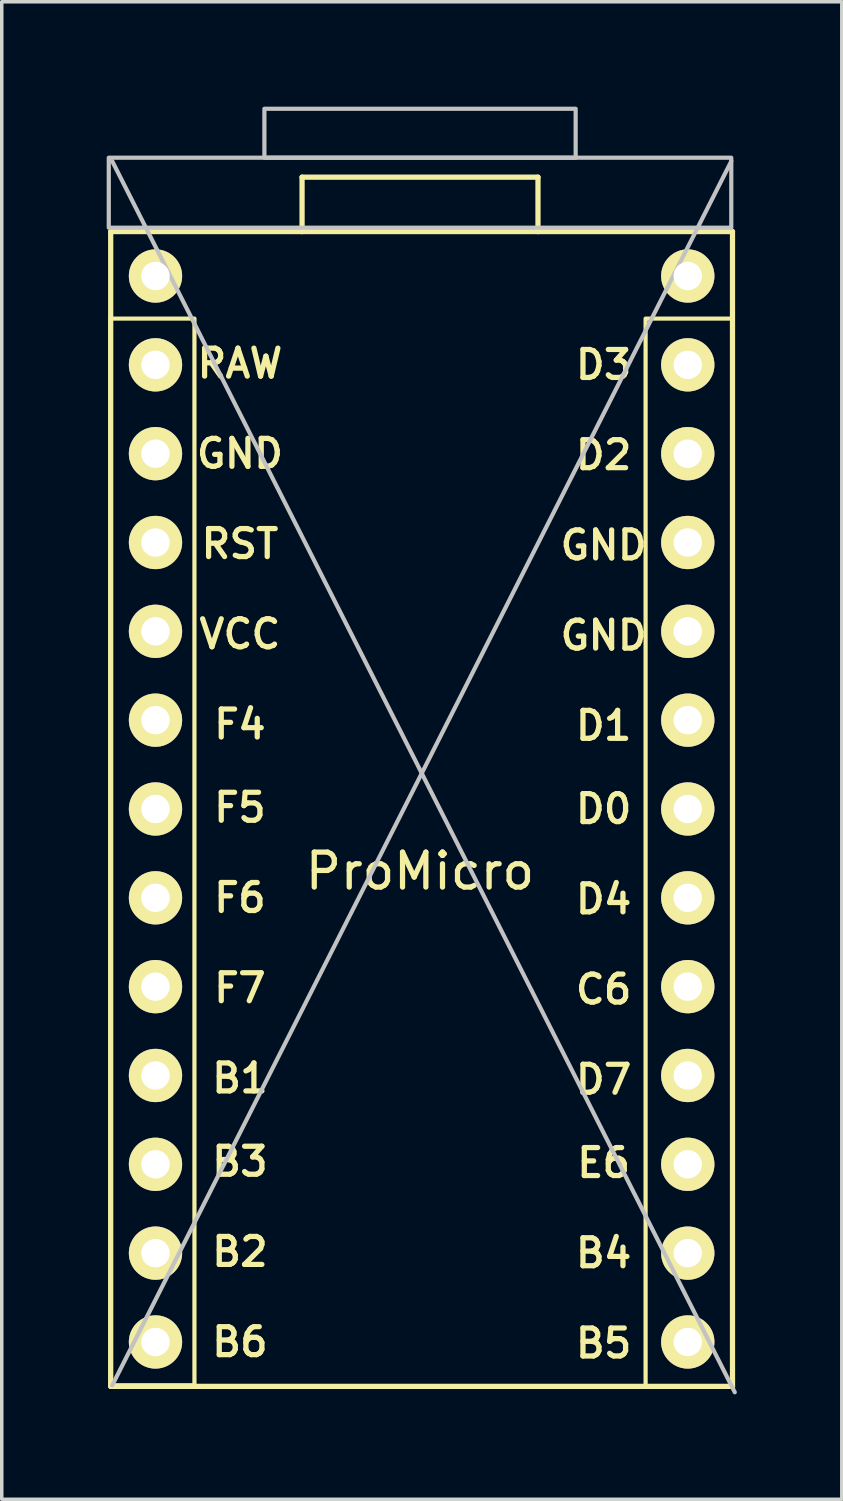
<source format=kicad_pcb>
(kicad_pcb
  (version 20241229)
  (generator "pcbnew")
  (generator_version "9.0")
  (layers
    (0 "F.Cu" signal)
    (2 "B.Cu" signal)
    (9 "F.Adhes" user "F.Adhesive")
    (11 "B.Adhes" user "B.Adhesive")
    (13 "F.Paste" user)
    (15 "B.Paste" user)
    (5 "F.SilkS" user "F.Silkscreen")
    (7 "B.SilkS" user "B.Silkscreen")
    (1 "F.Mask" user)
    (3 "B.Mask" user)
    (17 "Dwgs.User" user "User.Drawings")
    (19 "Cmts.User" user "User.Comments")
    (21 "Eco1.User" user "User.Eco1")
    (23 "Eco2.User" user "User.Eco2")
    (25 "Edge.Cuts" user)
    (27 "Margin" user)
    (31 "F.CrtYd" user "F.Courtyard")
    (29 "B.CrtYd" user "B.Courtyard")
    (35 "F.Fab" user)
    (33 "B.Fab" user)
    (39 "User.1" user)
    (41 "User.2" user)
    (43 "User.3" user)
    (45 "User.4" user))
  (footprint "ProMicro"
    (layer "F.Cu")
    (at 9.01 18.96)
    (property "Reference" "ProMicro" (at -0.05 2.9 0) (layer "F.SilkS") (effects (font (size 1 1) (thickness 0.15))))
    (attr through_hole)
    (fp_line (start -8.895 -15.388) (end 8.885 -15.388) (stroke (width 0.15) (type solid)) (layer "F.SilkS"))
    (fp_line (start -8.895 17.632) (end -8.895 -15.388) (stroke (width 0.15) (type solid)) (layer "F.SilkS"))
    (fp_line (start -3.423 -16.944) (end 3.323 -16.944) (stroke (width 0.15) (type solid)) (layer "F.SilkS"))
    (fp_line (start -3.423 -15.388) (end -3.423 -16.944) (stroke (width 0.15) (type solid)) (layer "F.SilkS"))
    (fp_line (start 3.323 -16.944) (end 3.323 -15.388) (stroke (width 0.15) (type solid)) (layer "F.SilkS"))
    (fp_line (start 8.885 -15.388) (end 8.885 17.632) (stroke (width 0.15) (type solid)) (layer "F.SilkS"))
    (fp_line (start 8.885 17.632) (end -8.895 17.632) (stroke (width 0.15) (type solid)) (layer "F.SilkS"))
    (fp_rect (start -8.9 -12.9) (end -6.5 17.6) (stroke (width 0.12) (type solid)) (fill no) (layer "F.SilkS"))
    (fp_rect (start 8.885 17.632) (end 6.4 -12.9) (stroke (width 0.12) (type solid)) (fill no) (layer "F.SilkS"))
    (fp_line (start -8.85 -17.4) (end 8.95 17.8) (stroke (width 0.12) (type solid)) (layer "Dwgs.User"))
    (fp_line (start -8.85 17.6) (end 8.85 -17.4) (stroke (width 0.12) (type solid)) (layer "Dwgs.User"))
    (fp_rect (start -8.95 -15.5) (end 8.85 -17.5) (stroke (width 0.12) (type solid)) (fill no) (layer "Dwgs.User"))
    (fp_rect (start -4.5 -17.5) (end 4.4 -18.9) (stroke (width 0.12) (type solid)) (fill no) (layer "Dwgs.User"))
    (fp_text user "B3" (at -5.2 11.203 0) (unlocked yes) (layer "F.SilkS") (effects (font (size 0.8 0.8) (thickness 0.15))))
    (fp_text user "VCC" (at -5.2 -3.879 0) (unlocked yes) (layer "F.SilkS") (effects (font (size 0.8 0.8) (thickness 0.15))))
    (fp_text user "GND" (at 5.2 -3.841 0) (unlocked yes) (layer "F.SilkS") (effects (font (size 0.8 0.8) (thickness 0.15))))
    (fp_text user "B2" (at -5.2 13.782 0) (unlocked yes) (layer "F.SilkS") (effects (font (size 0.8 0.8) (thickness 0.15))))
    (fp_text user "D0" (at 5.2 1.12 0) (unlocked yes) (layer "F.SilkS") (effects (font (size 0.8 0.8) (thickness 0.15))))
    (fp_text user "B1" (at -5.2 8.821 0) (unlocked yes) (layer "F.SilkS") (effects (font (size 0.8 0.8) (thickness 0.15))))
    (fp_text user "D2" (at 5.2 -9 0) (unlocked yes) (layer "F.SilkS") (effects (font (size 0.8 0.8) (thickness 0.15))))
    (fp_text user "RAW" (at -5.2 -11.618 0) (unlocked yes) (layer "F.SilkS") (effects (font (size 0.8 0.8) (thickness 0.15))))
    (fp_text user "D4" (at 5.2 3.7 0) (unlocked yes) (layer "F.SilkS") (effects (font (size 0.8 0.8) (thickness 0.15))))
    (fp_text user "GND" (at 5.2 -6.42 0) (unlocked yes) (layer "F.SilkS") (effects (font (size 0.8 0.8) (thickness 0.15))))
    (fp_text user "D7" (at 5.2 8.859 0) (unlocked yes) (layer "F.SilkS") (effects (font (size 0.8 0.8) (thickness 0.15))))
    (fp_text user "" (at -0.55 -14.35 0) (layer "F.SilkS") (effects (font (size 1 1) (thickness 0.15))))
    (fp_text user "C6" (at 5.2 6.28 0) (unlocked yes) (layer "F.SilkS") (effects (font (size 0.8 0.8) (thickness 0.15))))
    (fp_text user "D3" (at 5.2 -11.58 0) (unlocked yes) (layer "F.SilkS") (effects (font (size 0.8 0.8) (thickness 0.15))))
    (fp_text user "GND" (at -5.2 -9.038 0) (unlocked yes) (layer "F.SilkS") (effects (font (size 0.8 0.8) (thickness 0.15))))
    (fp_text user "B5" (at 5.2 16.4 0) (unlocked yes) (layer "F.SilkS") (effects (font (size 0.8 0.8) (thickness 0.15))))
    (fp_text user "F7" (at -5.2 6.242 0) (unlocked yes) (layer "F.SilkS") (effects (font (size 0.8 0.8) (thickness 0.15))))
    (fp_text user "E6" (at 5.2 11.241 0) (unlocked yes) (layer "F.SilkS") (effects (font (size 0.8 0.8) (thickness 0.15))))
    (fp_text user "F4" (at -5.2 -1.299 0) (unlocked yes) (layer "F.SilkS") (effects (font (size 0.8 0.8) (thickness 0.15))))
    (fp_text user "F5" (at -5.2 1.082 0) (unlocked yes) (layer "F.SilkS") (effects (font (size 0.8 0.8) (thickness 0.15))))
    (fp_text user "B6" (at -5.2 16.362 0) (unlocked yes) (layer "F.SilkS") (effects (font (size 0.8 0.8) (thickness 0.15))))
    (fp_text user "D1" (at 5.2 -1.261 0) (unlocked yes) (layer "F.SilkS") (effects (font (size 0.8 0.8) (thickness 0.15))))
    (fp_text user "B4" (at 5.2 13.82 0) (unlocked yes) (layer "F.SilkS") (effects (font (size 0.8 0.8) (thickness 0.15))))
    (fp_text user "F6" (at -5.2 3.662 0) (unlocked yes) (layer "F.SilkS") (effects (font (size 0.8 0.8) (thickness 0.15))))
    (fp_text user "RST" (at -5.2 -6.458 0) (unlocked yes) (layer "F.SilkS") (effects (font (size 0.8 0.8) (thickness 0.15))))
    (fp_text user "" (at -1.256 -13.356 0) (layer "B.SilkS") (effects (font (size 1 1) (thickness 0.15)) (justify mirror)))
    (pad "1" thru_hole circle (at 7.606 -11.578) (size 1.524 1.524) (drill 0.813) (layers "*.Cu" "*.Mask" "F.SilkS"))
    (pad "2" thru_hole circle (at 7.606 -9.038) (size 1.524 1.524) (drill 0.813) (layers "*.Cu" "*.Mask" "F.SilkS"))
    (pad "3" thru_hole circle (at 7.606 -6.498) (size 1.524 1.524) (drill 0.813) (layers "*.Cu" "*.Mask" "F.SilkS"))
    (pad "4" thru_hole circle (at 7.606 -3.958) (size 1.524 1.524) (drill 0.813) (layers "*.Cu" "*.Mask" "F.SilkS"))
    (pad "5" thru_hole circle (at 7.606 -1.418) (size 1.524 1.524) (drill 0.813) (layers "*.Cu" "*.Mask" "F.SilkS"))
    (pad "6" thru_hole circle (at 7.606 1.122) (size 1.524 1.524) (drill 0.813) (layers "*.Cu" "*.Mask" "F.SilkS"))
    (pad "7" thru_hole circle (at 7.606 3.662) (size 1.524 1.524) (drill 0.813) (layers "*.Cu" "*.Mask" "F.SilkS"))
    (pad "8" thru_hole circle (at 7.606 6.202) (size 1.524 1.524) (drill 0.813) (layers "*.Cu" "*.Mask" "F.SilkS"))
    (pad "9" thru_hole circle (at 7.606 8.742) (size 1.524 1.524) (drill 0.813) (layers "*.Cu" "*.Mask" "F.SilkS"))
    (pad "10" thru_hole circle (at 7.606 11.282) (size 1.524 1.524) (drill 0.813) (layers "*.Cu" "*.Mask" "F.SilkS"))
    (pad "11" thru_hole circle (at 7.606 13.822) (size 1.524 1.524) (drill 0.813) (layers "*.Cu" "*.Mask" "F.SilkS"))
    (pad "12" thru_hole circle (at 7.606 16.362) (size 1.524 1.524) (drill 0.813) (layers "*.Cu" "*.Mask" "F.SilkS"))
    (pad "13" thru_hole circle (at -7.614 16.362) (size 1.524 1.524) (drill 0.813) (layers "*.Cu" "*.Mask" "F.SilkS"))
    (pad "14" thru_hole circle (at -7.614 13.822) (size 1.524 1.524) (drill 0.813) (layers "*.Cu" "*.Mask" "F.SilkS"))
    (pad "15" thru_hole circle (at -7.614 11.282) (size 1.524 1.524) (drill 0.813) (layers "*.Cu" "*.Mask" "F.SilkS"))
    (pad "16" thru_hole circle (at -7.614 8.742) (size 1.524 1.524) (drill 0.813) (layers "*.Cu" "*.Mask" "F.SilkS"))
    (pad "17" thru_hole circle (at -7.614 6.202) (size 1.524 1.524) (drill 0.813) (layers "*.Cu" "*.Mask" "F.SilkS"))
    (pad "18" thru_hole circle (at -7.614 3.662) (size 1.524 1.524) (drill 0.813) (layers "*.Cu" "*.Mask" "F.SilkS"))
    (pad "19" thru_hole circle (at -7.614 1.122) (size 1.524 1.524) (drill 0.813) (layers "*.Cu" "*.Mask" "F.SilkS"))
    (pad "20" thru_hole circle (at -7.614 -1.418) (size 1.524 1.524) (drill 0.813) (layers "*.Cu" "*.Mask" "F.SilkS"))
    (pad "21" thru_hole circle (at -7.614 -3.958) (size 1.524 1.524) (drill 0.813) (layers "*.Cu" "*.Mask" "F.SilkS"))
    (pad "22" thru_hole circle (at -7.614 -6.498) (size 1.524 1.524) (drill 0.813) (layers "*.Cu" "*.Mask" "F.SilkS"))
    (pad "23" thru_hole circle (at -7.614 -9.038) (size 1.524 1.524) (drill 0.813) (layers "*.Cu" "*.Mask" "F.SilkS"))
    (pad "24" thru_hole circle (at -7.614 -11.578) (size 1.524 1.524) (drill 0.813) (layers "*.Cu" "*.Mask" "F.SilkS"))
    (pad "25" thru_hole circle (at -7.614 -14.118) (size 1.524 1.524) (drill 0.813) (layers "*.Cu" "*.Mask" "F.SilkS"))
    (pad "26" thru_hole circle (at 7.606 -14.118) (size 1.524 1.524) (drill 0.813) (layers "*.Cu" "*.Mask" "F.SilkS")))
  (gr_rect
    (start -3 -3)
    (end 21.02 39.82)
    (stroke (width 0.1) (type default))
    (fill no)
    (layer "Edge.Cuts")))
</source>
